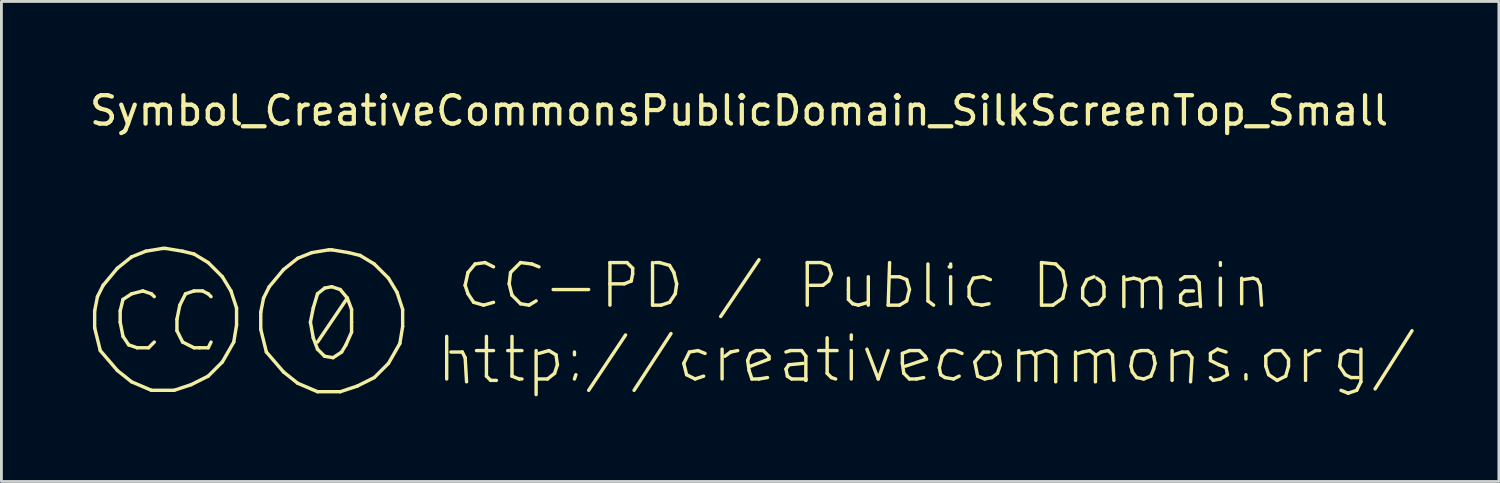
<source format=kicad_pcb>
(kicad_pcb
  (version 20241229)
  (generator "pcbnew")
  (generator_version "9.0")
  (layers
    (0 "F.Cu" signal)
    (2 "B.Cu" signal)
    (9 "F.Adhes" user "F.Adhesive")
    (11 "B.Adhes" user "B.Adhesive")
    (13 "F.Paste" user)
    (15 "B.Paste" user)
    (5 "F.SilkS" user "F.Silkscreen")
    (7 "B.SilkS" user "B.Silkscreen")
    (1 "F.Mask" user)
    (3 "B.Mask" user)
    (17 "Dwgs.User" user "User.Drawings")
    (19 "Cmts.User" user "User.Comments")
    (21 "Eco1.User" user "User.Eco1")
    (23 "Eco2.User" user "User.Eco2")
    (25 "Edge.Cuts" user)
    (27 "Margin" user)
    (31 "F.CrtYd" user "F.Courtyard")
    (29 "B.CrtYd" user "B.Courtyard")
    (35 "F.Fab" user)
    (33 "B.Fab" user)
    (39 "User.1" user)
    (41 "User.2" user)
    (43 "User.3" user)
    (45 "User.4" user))
  (footprint "Symbol_CreativeCommonsPublicDomain_SilkScreenTop_Small"
    (layer "F.Cu")
    (at 22.383 8.148)
    (property "Reference" "Symbol_CreativeCommonsPublicDomain_SilkScreenTop_Small" (at 0.599 -7.3 0) (layer "F.SilkS") (effects (font (size 1 1) (thickness 0.15))))
    (attr exclude_from_pos_files exclude_from_bom)
    (fp_line (start -22.099 -0.25) (end -22.099 0.35) (stroke (width 0.12) (type solid)) (layer "F.SilkS"))
    (fp_line (start -22.099 0.35) (end -21.901 1.15) (stroke (width 0.12) (type solid)) (layer "F.SilkS"))
    (fp_line (start -22 -0.75) (end -22.099 -0.25) (stroke (width 0.12) (type solid)) (layer "F.SilkS"))
    (fp_line (start -21.901 1.15) (end -21.299 1.851) (stroke (width 0.12) (type solid)) (layer "F.SilkS"))
    (fp_line (start -21.8 -1.149) (end -22 -0.75) (stroke (width 0.12) (type solid)) (layer "F.SilkS"))
    (fp_line (start -21.299 -1.751) (end -21.8 -1.149) (stroke (width 0.12) (type solid)) (layer "F.SilkS"))
    (fp_line (start -21.299 1.851) (end -20.799 2.25) (stroke (width 0.12) (type solid)) (layer "F.SilkS"))
    (fp_line (start -21.2 -0.25) (end -21.2 0.149) (stroke (width 0.12) (type solid)) (layer "F.SilkS"))
    (fp_line (start -21.2 0.149) (end -21.101 0.649) (stroke (width 0.12) (type solid)) (layer "F.SilkS"))
    (fp_line (start -21.101 -0.651) (end -21.2 -0.25) (stroke (width 0.12) (type solid)) (layer "F.SilkS"))
    (fp_line (start -21.101 0.649) (end -20.9 0.949) (stroke (width 0.12) (type solid)) (layer "F.SilkS"))
    (fp_line (start -20.9 0.949) (end -20.601 1.051) (stroke (width 0.12) (type solid)) (layer "F.SilkS"))
    (fp_line (start -20.799 -2.15) (end -21.299 -1.751) (stroke (width 0.12) (type solid)) (layer "F.SilkS"))
    (fp_line (start -20.799 -0.849) (end -21.101 -0.651) (stroke (width 0.12) (type solid)) (layer "F.SilkS"))
    (fp_line (start -20.799 2.25) (end -20.1 2.549) (stroke (width 0.12) (type solid)) (layer "F.SilkS"))
    (fp_line (start -20.601 1.051) (end -20.199 1.051) (stroke (width 0.12) (type solid)) (layer "F.SilkS"))
    (fp_line (start -20.4 -0.951) (end -20.799 -0.849) (stroke (width 0.12) (type solid)) (layer "F.SilkS"))
    (fp_line (start -20.301 -2.35) (end -20.799 -2.15) (stroke (width 0.12) (type solid)) (layer "F.SilkS"))
    (fp_line (start -20.199 1.051) (end -19.999 0.85) (stroke (width 0.12) (type solid)) (layer "F.SilkS"))
    (fp_line (start -20.1 -0.849) (end -20.4 -0.951) (stroke (width 0.12) (type solid)) (layer "F.SilkS"))
    (fp_line (start -20.1 2.549) (end -19.3 2.549) (stroke (width 0.12) (type solid)) (layer "F.SilkS"))
    (fp_line (start -19.999 -0.75) (end -20.1 -0.849) (stroke (width 0.12) (type solid)) (layer "F.SilkS"))
    (fp_line (start -19.699 -2.449) (end -20.301 -2.35) (stroke (width 0.12) (type solid)) (layer "F.SilkS"))
    (fp_line (start -19.6 -2.449) (end -19.699 -2.449) (stroke (width 0.12) (type solid)) (layer "F.SilkS"))
    (fp_line (start -19.3 2.549) (end -18.701 2.351) (stroke (width 0.12) (type solid)) (layer "F.SilkS"))
    (fp_line (start -19.201 0.05) (end -19.201 0.449) (stroke (width 0.12) (type solid)) (layer "F.SilkS"))
    (fp_line (start -19.201 0.449) (end -19.001 0.85) (stroke (width 0.12) (type solid)) (layer "F.SilkS"))
    (fp_line (start -19.1 -0.45) (end -19.201 0.05) (stroke (width 0.12) (type solid)) (layer "F.SilkS"))
    (fp_line (start -19.001 -2.35) (end -19.6 -2.449) (stroke (width 0.12) (type solid)) (layer "F.SilkS"))
    (fp_line (start -19.001 0.85) (end -18.599 1.051) (stroke (width 0.12) (type solid)) (layer "F.SilkS"))
    (fp_line (start -18.899 -0.849) (end -19.1 -0.45) (stroke (width 0.12) (type solid)) (layer "F.SilkS"))
    (fp_line (start -18.701 2.351) (end -18.099 2.049) (stroke (width 0.12) (type solid)) (layer "F.SilkS"))
    (fp_line (start -18.599 -2.251) (end -19.001 -2.35) (stroke (width 0.12) (type solid)) (layer "F.SilkS"))
    (fp_line (start -18.599 -0.951) (end -18.899 -0.849) (stroke (width 0.12) (type solid)) (layer "F.SilkS"))
    (fp_line (start -18.599 1.051) (end -18.401 1.051) (stroke (width 0.12) (type solid)) (layer "F.SilkS"))
    (fp_line (start -18.401 1.051) (end -18.099 1.051) (stroke (width 0.12) (type solid)) (layer "F.SilkS"))
    (fp_line (start -18.3 -0.951) (end -18.599 -0.951) (stroke (width 0.12) (type solid)) (layer "F.SilkS"))
    (fp_line (start -18.099 -1.949) (end -18.599 -2.251) (stroke (width 0.12) (type solid)) (layer "F.SilkS"))
    (fp_line (start -18.099 -0.849) (end -18.3 -0.951) (stroke (width 0.12) (type solid)) (layer "F.SilkS"))
    (fp_line (start -18.099 1.051) (end -18 0.85) (stroke (width 0.12) (type solid)) (layer "F.SilkS"))
    (fp_line (start -18.099 2.049) (end -17.601 1.551) (stroke (width 0.12) (type solid)) (layer "F.SilkS"))
    (fp_line (start -18 -0.75) (end -18.099 -0.849) (stroke (width 0.12) (type solid)) (layer "F.SilkS"))
    (fp_line (start -17.601 -1.451) (end -18.099 -1.949) (stroke (width 0.12) (type solid)) (layer "F.SilkS"))
    (fp_line (start -17.601 1.551) (end -17.2 0.85) (stroke (width 0.12) (type solid)) (layer "F.SilkS"))
    (fp_line (start -17.299 -0.951) (end -17.601 -1.451) (stroke (width 0.12) (type solid)) (layer "F.SilkS"))
    (fp_line (start -17.2 0.85) (end -17.101 0.251) (stroke (width 0.12) (type solid)) (layer "F.SilkS"))
    (fp_line (start -17.101 -0.349) (end -17.299 -0.951) (stroke (width 0.12) (type solid)) (layer "F.SilkS"))
    (fp_line (start -17.101 0.251) (end -17.101 -0.349) (stroke (width 0.12) (type solid)) (layer "F.SilkS"))
    (fp_line (start -16.249 -0.2) (end -16.249 0.4) (stroke (width 0.12) (type solid)) (layer "F.SilkS"))
    (fp_line (start -16.249 0.4) (end -16.051 1.2) (stroke (width 0.12) (type solid)) (layer "F.SilkS"))
    (fp_line (start -16.15 -0.7) (end -16.249 -0.2) (stroke (width 0.12) (type solid)) (layer "F.SilkS"))
    (fp_line (start -16.051 1.2) (end -15.449 1.901) (stroke (width 0.12) (type solid)) (layer "F.SilkS"))
    (fp_line (start -15.95 -1.099) (end -16.15 -0.7) (stroke (width 0.12) (type solid)) (layer "F.SilkS"))
    (fp_line (start -15.449 -1.701) (end -15.95 -1.099) (stroke (width 0.12) (type solid)) (layer "F.SilkS"))
    (fp_line (start -15.449 1.901) (end -14.949 2.3) (stroke (width 0.12) (type solid)) (layer "F.SilkS"))
    (fp_line (start -14.949 -2.1) (end -15.449 -1.701) (stroke (width 0.12) (type solid)) (layer "F.SilkS"))
    (fp_line (start -14.949 2.3) (end -14.25 2.599) (stroke (width 0.12) (type solid)) (layer "F.SilkS"))
    (fp_line (start -14.5 0.15) (end -14.4 -0.35) (stroke (width 0.12) (type solid)) (layer "F.SilkS"))
    (fp_line (start -14.451 -2.3) (end -14.949 -2.1) (stroke (width 0.12) (type solid)) (layer "F.SilkS"))
    (fp_line (start -14.4 -0.35) (end -14.25 -0.85) (stroke (width 0.12) (type solid)) (layer "F.SilkS"))
    (fp_line (start -14.4 0.7) (end -14.5 0.15) (stroke (width 0.12) (type solid)) (layer "F.SilkS"))
    (fp_line (start -14.25 2.599) (end -13.45 2.599) (stroke (width 0.12) (type solid)) (layer "F.SilkS"))
    (fp_line (start -14.25 -0.85) (end -14 -1.05) (stroke (width 0.12) (type solid)) (layer "F.SilkS"))
    (fp_line (start -14.25 1.1) (end -14.4 0.7) (stroke (width 0.12) (type solid)) (layer "F.SilkS"))
    (fp_line (start -14 -1.05) (end -13.75 -1.1) (stroke (width 0.12) (type solid)) (layer "F.SilkS"))
    (fp_line (start -14 1.35) (end -14.25 1.1) (stroke (width 0.12) (type solid)) (layer "F.SilkS"))
    (fp_line (start -13.849 -2.399) (end -14.451 -2.3) (stroke (width 0.12) (type solid)) (layer "F.SilkS"))
    (fp_line (start -13.75 -2.399) (end -13.849 -2.399) (stroke (width 0.12) (type solid)) (layer "F.SilkS"))
    (fp_line (start -13.75 -1.1) (end -13.45 -1) (stroke (width 0.12) (type solid)) (layer "F.SilkS"))
    (fp_line (start -13.7 1.4) (end -14 1.35) (stroke (width 0.12) (type solid)) (layer "F.SilkS"))
    (fp_line (start -13.45 2.599) (end -12.851 2.401) (stroke (width 0.12) (type solid)) (layer "F.SilkS"))
    (fp_line (start -13.45 -1) (end -13.2 -0.7) (stroke (width 0.12) (type solid)) (layer "F.SilkS"))
    (fp_line (start -13.4 1.2) (end -13.7 1.4) (stroke (width 0.12) (type solid)) (layer "F.SilkS"))
    (fp_line (start -13.25 0.95) (end -13.4 1.2) (stroke (width 0.12) (type solid)) (layer "F.SilkS"))
    (fp_line (start -13.2 -0.7) (end -14.25 0.85) (stroke (width 0.12) (type solid)) (layer "F.SilkS"))
    (fp_line (start -13.2 -0.7) (end -13.05 -0.3) (stroke (width 0.12) (type solid)) (layer "F.SilkS"))
    (fp_line (start -13.151 -2.3) (end -13.75 -2.399) (stroke (width 0.12) (type solid)) (layer "F.SilkS"))
    (fp_line (start -13.05 -0.3) (end -13.05 0.15) (stroke (width 0.12) (type solid)) (layer "F.SilkS"))
    (fp_line (start -13.05 0.15) (end -13.05 0.5) (stroke (width 0.12) (type solid)) (layer "F.SilkS"))
    (fp_line (start -13.05 0.5) (end -13.25 0.95) (stroke (width 0.12) (type solid)) (layer "F.SilkS"))
    (fp_line (start -12.851 2.401) (end -12.249 2.099) (stroke (width 0.12) (type solid)) (layer "F.SilkS"))
    (fp_line (start -12.749 -2.201) (end -13.151 -2.3) (stroke (width 0.12) (type solid)) (layer "F.SilkS"))
    (fp_line (start -12.249 -1.899) (end -12.749 -2.201) (stroke (width 0.12) (type solid)) (layer "F.SilkS"))
    (fp_line (start -12.249 2.099) (end -11.751 1.601) (stroke (width 0.12) (type solid)) (layer "F.SilkS"))
    (fp_line (start -11.751 -1.401) (end -12.249 -1.899) (stroke (width 0.12) (type solid)) (layer "F.SilkS"))
    (fp_line (start -11.751 1.601) (end -11.35 0.9) (stroke (width 0.12) (type solid)) (layer "F.SilkS"))
    (fp_line (start -11.449 -0.901) (end -11.751 -1.401) (stroke (width 0.12) (type solid)) (layer "F.SilkS"))
    (fp_line (start -11.35 0.9) (end -11.251 0.301) (stroke (width 0.12) (type solid)) (layer "F.SilkS"))
    (fp_line (start -11.251 -0.299) (end -11.449 -0.901) (stroke (width 0.12) (type solid)) (layer "F.SilkS"))
    (fp_line (start -11.251 0.301) (end -11.251 -0.299) (stroke (width 0.12) (type solid)) (layer "F.SilkS"))
    (fp_line (start -9.7 0.65) (end -9.7 2.15) (stroke (width 0.12) (type solid)) (layer "F.SilkS"))
    (fp_line (start -9.15 1.2) (end -9.55 1.2) (stroke (width 0.12) (type solid)) (layer "F.SilkS"))
    (fp_line (start -9.05 -1.15) (end -8.95 -0.85) (stroke (width 0.12) (type solid)) (layer "F.SilkS"))
    (fp_line (start -9.05 1.4) (end -9.15 1.2) (stroke (width 0.12) (type solid)) (layer "F.SilkS"))
    (fp_line (start -9 2.25) (end -9.05 1.4) (stroke (width 0.12) (type solid)) (layer "F.SilkS"))
    (fp_line (start -8.95 -1.6) (end -9.05 -1.15) (stroke (width 0.12) (type solid)) (layer "F.SilkS"))
    (fp_line (start -8.95 -0.85) (end -8.75 -0.55) (stroke (width 0.12) (type solid)) (layer "F.SilkS"))
    (fp_line (start -8.75 -0.55) (end -8.4 -0.45) (stroke (width 0.12) (type solid)) (layer "F.SilkS"))
    (fp_line (start -8.7 -1.9) (end -8.95 -1.6) (stroke (width 0.12) (type solid)) (layer "F.SilkS"))
    (fp_line (start -8.65 1.15) (end -8.05 1.15) (stroke (width 0.12) (type solid)) (layer "F.SilkS"))
    (fp_line (start -8.4 -0.45) (end -8.05 -0.55) (stroke (width 0.12) (type solid)) (layer "F.SilkS"))
    (fp_line (start -8.35 -1.95) (end -8.7 -1.9) (stroke (width 0.12) (type solid)) (layer "F.SilkS"))
    (fp_line (start -8.3 0.65) (end -8.3 2.05) (stroke (width 0.12) (type solid)) (layer "F.SilkS"))
    (fp_line (start -8.3 2.05) (end -8.15 2.2) (stroke (width 0.12) (type solid)) (layer "F.SilkS"))
    (fp_line (start -8.15 2.2) (end -7.95 2.2) (stroke (width 0.12) (type solid)) (layer "F.SilkS"))
    (fp_line (start -8.05 -1.8) (end -8.35 -1.95) (stroke (width 0.12) (type solid)) (layer "F.SilkS"))
    (fp_line (start -7.5 -1.2) (end -7.4 -0.8) (stroke (width 0.12) (type solid)) (layer "F.SilkS"))
    (fp_line (start -7.45 -1.6) (end -7.5 -1.2) (stroke (width 0.12) (type solid)) (layer "F.SilkS"))
    (fp_line (start -7.4 -0.8) (end -7.1 -0.5) (stroke (width 0.12) (type solid)) (layer "F.SilkS"))
    (fp_line (start -7.4 0.65) (end -7.4 2.05) (stroke (width 0.12) (type solid)) (layer "F.SilkS"))
    (fp_line (start -7.4 2.05) (end -7.15 2.15) (stroke (width 0.12) (type solid)) (layer "F.SilkS"))
    (fp_line (start -7.15 2.15) (end -7.05 2.15) (stroke (width 0.12) (type solid)) (layer "F.SilkS"))
    (fp_line (start -7.1 -1.95) (end -7.45 -1.6) (stroke (width 0.12) (type solid)) (layer "F.SilkS"))
    (fp_line (start -7.1 -0.5) (end -6.8 -0.45) (stroke (width 0.12) (type solid)) (layer "F.SilkS"))
    (fp_line (start -7.05 1.15) (end -7.55 1.15) (stroke (width 0.12) (type solid)) (layer "F.SilkS"))
    (fp_line (start -6.8 -0.45) (end -6.55 -0.6) (stroke (width 0.12) (type solid)) (layer "F.SilkS"))
    (fp_line (start -6.7 -1.9) (end -7.1 -1.95) (stroke (width 0.12) (type solid)) (layer "F.SilkS"))
    (fp_line (start -6.55 2.7) (end -6.55 1.15) (stroke (width 0.12) (type solid)) (layer "F.SilkS"))
    (fp_line (start -6.5 2.15) (end -6.15 2.15) (stroke (width 0.12) (type solid)) (layer "F.SilkS"))
    (fp_line (start -6.45 -1.8) (end -6.7 -1.9) (stroke (width 0.12) (type solid)) (layer "F.SilkS"))
    (fp_line (start -6.15 2.15) (end -5.9 1.95) (stroke (width 0.12) (type solid)) (layer "F.SilkS"))
    (fp_line (start -6.1 1.15) (end -6.45 1.25) (stroke (width 0.12) (type solid)) (layer "F.SilkS"))
    (fp_line (start -5.95 -1) (end -4.7 -1) (stroke (width 0.12) (type solid)) (layer "F.SilkS"))
    (fp_line (start -5.9 1.95) (end -5.8 1.65) (stroke (width 0.12) (type solid)) (layer "F.SilkS"))
    (fp_line (start -5.85 1.3) (end -6.1 1.15) (stroke (width 0.12) (type solid)) (layer "F.SilkS"))
    (fp_line (start -5.8 1.65) (end -5.85 1.3) (stroke (width 0.12) (type solid)) (layer "F.SilkS"))
    (fp_line (start -5.2 1.2) (end -5.2 1.3) (stroke (width 0.12) (type solid)) (layer "F.SilkS"))
    (fp_line (start -5.15 2) (end -5.2 2.15) (stroke (width 0.12) (type solid)) (layer "F.SilkS"))
    (fp_line (start -4.7 2.55) (end -3.4 0.6) (stroke (width 0.12) (type solid)) (layer "F.SilkS"))
    (fp_line (start -3.95 -1.95) (end -3.35 -1.95) (stroke (width 0.12) (type solid)) (layer "F.SilkS"))
    (fp_line (start -3.95 -0.45) (end -3.95 -1.95) (stroke (width 0.12) (type solid)) (layer "F.SilkS"))
    (fp_line (start -3.45 -1.2) (end -3.95 -1.2) (stroke (width 0.12) (type solid)) (layer "F.SilkS"))
    (fp_line (start -3.35 -1.95) (end -3.15 -1.75) (stroke (width 0.12) (type solid)) (layer "F.SilkS"))
    (fp_line (start -3.2 -1.3) (end -3.45 -1.2) (stroke (width 0.12) (type solid)) (layer "F.SilkS"))
    (fp_line (start -3.15 -1.75) (end -3.15 -1.55) (stroke (width 0.12) (type solid)) (layer "F.SilkS"))
    (fp_line (start -3.15 -1.55) (end -3.2 -1.3) (stroke (width 0.12) (type solid)) (layer "F.SilkS"))
    (fp_line (start -3.1 2.55) (end -1.8 0.55) (stroke (width 0.12) (type solid)) (layer "F.SilkS"))
    (fp_line (start -2.45 -1.95) (end -2.45 -0.45) (stroke (width 0.12) (type solid)) (layer "F.SilkS"))
    (fp_line (start -2.45 -0.45) (end -2.15 -0.45) (stroke (width 0.12) (type solid)) (layer "F.SilkS"))
    (fp_line (start -2.2 -1.95) (end -2.35 -1.95) (stroke (width 0.12) (type solid)) (layer "F.SilkS"))
    (fp_line (start -2.15 -0.45) (end -1.85 -0.55) (stroke (width 0.12) (type solid)) (layer "F.SilkS"))
    (fp_line (start -1.85 -1.85) (end -2.2 -1.95) (stroke (width 0.12) (type solid)) (layer "F.SilkS"))
    (fp_line (start -1.85 -0.55) (end -1.65 -0.85) (stroke (width 0.12) (type solid)) (layer "F.SilkS"))
    (fp_line (start -1.7 -1.6) (end -1.85 -1.85) (stroke (width 0.12) (type solid)) (layer "F.SilkS"))
    (fp_line (start -1.65 -0.85) (end -1.6 -1.2) (stroke (width 0.12) (type solid)) (layer "F.SilkS"))
    (fp_line (start -1.6 -1.2) (end -1.7 -1.6) (stroke (width 0.12) (type solid)) (layer "F.SilkS"))
    (fp_line (start -1.35 1.6) (end -1.25 2) (stroke (width 0.12) (type solid)) (layer "F.SilkS"))
    (fp_line (start -1.25 2) (end -0.95 2.15) (stroke (width 0.12) (type solid)) (layer "F.SilkS"))
    (fp_line (start -1.15 1.2) (end -1.35 1.6) (stroke (width 0.12) (type solid)) (layer "F.SilkS"))
    (fp_line (start -0.95 2.15) (end -0.65 2.05) (stroke (width 0.12) (type solid)) (layer "F.SilkS"))
    (fp_line (start -0.85 1.15) (end -1.15 1.2) (stroke (width 0.12) (type solid)) (layer "F.SilkS"))
    (fp_line (start -0.6 1.25) (end -0.85 1.15) (stroke (width 0.12) (type solid)) (layer "F.SilkS"))
    (fp_line (start -0.05 -0.05) (end 1.3 -2.05) (stroke (width 0.12) (type solid)) (layer "F.SilkS"))
    (fp_line (start 0 2.15) (end 0 1.1) (stroke (width 0.12) (type solid)) (layer "F.SilkS"))
    (fp_line (start 0.3 1.2) (end 0.1 1.35) (stroke (width 0.12) (type solid)) (layer "F.SilkS"))
    (fp_line (start 0.55 1.15) (end 0.3 1.2) (stroke (width 0.12) (type solid)) (layer "F.SilkS"))
    (fp_line (start 0.9 1.5) (end 1 1.25) (stroke (width 0.12) (type solid)) (layer "F.SilkS"))
    (fp_line (start 0.95 1.85) (end 0.9 1.5) (stroke (width 0.12) (type solid)) (layer "F.SilkS"))
    (fp_line (start 1 1.25) (end 1.2 1.15) (stroke (width 0.12) (type solid)) (layer "F.SilkS"))
    (fp_line (start 1.05 2.15) (end 0.95 1.85) (stroke (width 0.12) (type solid)) (layer "F.SilkS"))
    (fp_line (start 1.2 1.15) (end 1.45 1.15) (stroke (width 0.12) (type solid)) (layer "F.SilkS"))
    (fp_line (start 1.3 2.15) (end 1.05 2.15) (stroke (width 0.12) (type solid)) (layer "F.SilkS"))
    (fp_line (start 1.45 1.15) (end 1.65 1.35) (stroke (width 0.12) (type solid)) (layer "F.SilkS"))
    (fp_line (start 1.6 2.1) (end 1.3 2.15) (stroke (width 0.12) (type solid)) (layer "F.SilkS"))
    (fp_line (start 1.65 1.35) (end 1.65 1.45) (stroke (width 0.12) (type solid)) (layer "F.SilkS"))
    (fp_line (start 1.65 1.45) (end 1 1.7) (stroke (width 0.12) (type solid)) (layer "F.SilkS"))
    (fp_line (start 2.25 1.2) (end 2.4 1.15) (stroke (width 0.12) (type solid)) (layer "F.SilkS"))
    (fp_line (start 2.25 1.8) (end 2.35 1.65) (stroke (width 0.12) (type solid)) (layer "F.SilkS"))
    (fp_line (start 2.3 2.05) (end 2.25 1.8) (stroke (width 0.12) (type solid)) (layer "F.SilkS"))
    (fp_line (start 2.35 1.65) (end 2.85 1.6) (stroke (width 0.12) (type solid)) (layer "F.SilkS"))
    (fp_line (start 2.4 1.15) (end 2.8 1.15) (stroke (width 0.12) (type solid)) (layer "F.SilkS"))
    (fp_line (start 2.45 2.15) (end 2.3 2.05) (stroke (width 0.12) (type solid)) (layer "F.SilkS"))
    (fp_line (start 2.8 1.15) (end 2.95 1.35) (stroke (width 0.12) (type solid)) (layer "F.SilkS"))
    (fp_line (start 2.95 1.35) (end 2.95 2.2) (stroke (width 0.12) (type solid)) (layer "F.SilkS"))
    (fp_line (start 2.95 2.15) (end 2.45 2.15) (stroke (width 0.12) (type solid)) (layer "F.SilkS"))
    (fp_line (start 2.95 2.2) (end 2.95 2.15) (stroke (width 0.12) (type solid)) (layer "F.SilkS"))
    (fp_line (start 3 -1.95) (end 3.5 -1.95) (stroke (width 0.12) (type solid)) (layer "F.SilkS"))
    (fp_line (start 3 -0.45) (end 3 -1.95) (stroke (width 0.12) (type solid)) (layer "F.SilkS"))
    (fp_line (start 3.4 1.15) (end 4.05 1.15) (stroke (width 0.12) (type solid)) (layer "F.SilkS"))
    (fp_line (start 3.5 -1.95) (end 3.75 -1.85) (stroke (width 0.12) (type solid)) (layer "F.SilkS"))
    (fp_line (start 3.55 -1.15) (end 3.1 -1.15) (stroke (width 0.12) (type solid)) (layer "F.SilkS"))
    (fp_line (start 3.7 0.7) (end 3.7 1.95) (stroke (width 0.12) (type solid)) (layer "F.SilkS"))
    (fp_line (start 3.7 1.95) (end 3.85 2.1) (stroke (width 0.12) (type solid)) (layer "F.SilkS"))
    (fp_line (start 3.75 -1.85) (end 3.85 -1.55) (stroke (width 0.12) (type solid)) (layer "F.SilkS"))
    (fp_line (start 3.75 -1.3) (end 3.55 -1.15) (stroke (width 0.12) (type solid)) (layer "F.SilkS"))
    (fp_line (start 3.85 -1.55) (end 3.75 -1.3) (stroke (width 0.12) (type solid)) (layer "F.SilkS"))
    (fp_line (start 3.85 2.1) (end 4 2.15) (stroke (width 0.12) (type solid)) (layer "F.SilkS"))
    (fp_line (start 4.45 -1.4) (end 4.45 -1) (stroke (width 0.12) (type solid)) (layer "F.SilkS"))
    (fp_line (start 4.45 -1) (end 4.45 -0.65) (stroke (width 0.12) (type solid)) (layer "F.SilkS"))
    (fp_line (start 4.45 -0.65) (end 4.6 -0.5) (stroke (width 0.12) (type solid)) (layer "F.SilkS"))
    (fp_line (start 4.55 0.6) (end 4.55 0.75) (stroke (width 0.12) (type solid)) (layer "F.SilkS"))
    (fp_line (start 4.55 1.15) (end 4.55 2.15) (stroke (width 0.12) (type solid)) (layer "F.SilkS"))
    (fp_line (start 4.6 -0.5) (end 4.8 -0.45) (stroke (width 0.12) (type solid)) (layer "F.SilkS"))
    (fp_line (start 4.8 -0.45) (end 5.15 -0.55) (stroke (width 0.12) (type solid)) (layer "F.SilkS"))
    (fp_line (start 5.1 1.1) (end 5.5 2.15) (stroke (width 0.12) (type solid)) (layer "F.SilkS"))
    (fp_line (start 5.15 -1.45) (end 5.15 -0.45) (stroke (width 0.12) (type solid)) (layer "F.SilkS"))
    (fp_line (start 5.5 2.15) (end 5.85 1.15) (stroke (width 0.12) (type solid)) (layer "F.SilkS"))
    (fp_line (start 5.85 -0.45) (end 6.25 -0.45) (stroke (width 0.12) (type solid)) (layer "F.SilkS"))
    (fp_line (start 5.9 -1.95) (end 5.85 -0.45) (stroke (width 0.12) (type solid)) (layer "F.SilkS"))
    (fp_line (start 6.25 -1.45) (end 5.95 -1.45) (stroke (width 0.12) (type solid)) (layer "F.SilkS"))
    (fp_line (start 6.25 -0.45) (end 6.5 -0.6) (stroke (width 0.12) (type solid)) (layer "F.SilkS"))
    (fp_line (start 6.35 1.25) (end 6.6 1.15) (stroke (width 0.12) (type solid)) (layer "F.SilkS"))
    (fp_line (start 6.35 1.6) (end 6.35 1.25) (stroke (width 0.12) (type solid)) (layer "F.SilkS"))
    (fp_line (start 6.4 1.95) (end 6.35 1.6) (stroke (width 0.12) (type solid)) (layer "F.SilkS"))
    (fp_line (start 6.5 -1.35) (end 6.25 -1.45) (stroke (width 0.12) (type solid)) (layer "F.SilkS"))
    (fp_line (start 6.5 -0.6) (end 6.6 -1) (stroke (width 0.12) (type solid)) (layer "F.SilkS"))
    (fp_line (start 6.6 -1) (end 6.5 -1.35) (stroke (width 0.12) (type solid)) (layer "F.SilkS"))
    (fp_line (start 6.6 1.15) (end 6.95 1.15) (stroke (width 0.12) (type solid)) (layer "F.SilkS"))
    (fp_line (start 6.6 2.15) (end 6.4 1.95) (stroke (width 0.12) (type solid)) (layer "F.SilkS"))
    (fp_line (start 6.85 2.15) (end 6.6 2.15) (stroke (width 0.12) (type solid)) (layer "F.SilkS"))
    (fp_line (start 6.95 1.15) (end 7.15 1.35) (stroke (width 0.12) (type solid)) (layer "F.SilkS"))
    (fp_line (start 7.1 2.1) (end 6.85 2.15) (stroke (width 0.12) (type solid)) (layer "F.SilkS"))
    (fp_line (start 7.15 1.35) (end 7.2 1.45) (stroke (width 0.12) (type solid)) (layer "F.SilkS"))
    (fp_line (start 7.2 1.45) (end 6.45 1.7) (stroke (width 0.12) (type solid)) (layer "F.SilkS"))
    (fp_line (start 7.25 -1.9) (end 7.25 -0.6) (stroke (width 0.12) (type solid)) (layer "F.SilkS"))
    (fp_line (start 7.25 -0.6) (end 7.45 -0.45) (stroke (width 0.12) (type solid)) (layer "F.SilkS"))
    (fp_line (start 7.65 1.75) (end 7.7 2) (stroke (width 0.12) (type solid)) (layer "F.SilkS"))
    (fp_line (start 7.7 2) (end 7.85 2.1) (stroke (width 0.12) (type solid)) (layer "F.SilkS"))
    (fp_line (start 7.75 1.35) (end 7.65 1.75) (stroke (width 0.12) (type solid)) (layer "F.SilkS"))
    (fp_line (start 7.85 2.1) (end 8.15 2.15) (stroke (width 0.12) (type solid)) (layer "F.SilkS"))
    (fp_line (start 7.95 1.15) (end 7.75 1.35) (stroke (width 0.12) (type solid)) (layer "F.SilkS"))
    (fp_line (start 8.05 -1.9) (end 8.05 -1.8) (stroke (width 0.12) (type solid)) (layer "F.SilkS"))
    (fp_line (start 8.05 -1.8) (end 8 -1.8) (stroke (width 0.12) (type solid)) (layer "F.SilkS"))
    (fp_line (start 8.05 -1.45) (end 8.05 -0.5) (stroke (width 0.12) (type solid)) (layer "F.SilkS"))
    (fp_line (start 8.15 2.15) (end 8.35 2.05) (stroke (width 0.12) (type solid)) (layer "F.SilkS"))
    (fp_line (start 8.2 1.15) (end 7.95 1.15) (stroke (width 0.12) (type solid)) (layer "F.SilkS"))
    (fp_line (start 8.45 1.25) (end 8.2 1.15) (stroke (width 0.12) (type solid)) (layer "F.SilkS"))
    (fp_line (start 8.7 -1.1) (end 8.7 -0.75) (stroke (width 0.12) (type solid)) (layer "F.SilkS"))
    (fp_line (start 8.7 -0.75) (end 8.85 -0.5) (stroke (width 0.12) (type solid)) (layer "F.SilkS"))
    (fp_line (start 8.85 -1.4) (end 8.7 -1.1) (stroke (width 0.12) (type solid)) (layer "F.SilkS"))
    (fp_line (start 8.85 -0.5) (end 9.15 -0.45) (stroke (width 0.12) (type solid)) (layer "F.SilkS"))
    (fp_line (start 8.9 1.55) (end 9 2.05) (stroke (width 0.12) (type solid)) (layer "F.SilkS"))
    (fp_line (start 9 2.05) (end 9.25 2.15) (stroke (width 0.12) (type solid)) (layer "F.SilkS"))
    (fp_line (start 9.15 -0.45) (end 9.4 -0.5) (stroke (width 0.12) (type solid)) (layer "F.SilkS"))
    (fp_line (start 9.2 -1.45) (end 8.85 -1.4) (stroke (width 0.12) (type solid)) (layer "F.SilkS"))
    (fp_line (start 9.2 1.2) (end 8.9 1.55) (stroke (width 0.12) (type solid)) (layer "F.SilkS"))
    (fp_line (start 9.25 2.15) (end 9.5 2.1) (stroke (width 0.12) (type solid)) (layer "F.SilkS"))
    (fp_line (start 9.4 1.2) (end 9.2 1.2) (stroke (width 0.12) (type solid)) (layer "F.SilkS"))
    (fp_line (start 9.45 -1.35) (end 9.2 -1.45) (stroke (width 0.12) (type solid)) (layer "F.SilkS"))
    (fp_line (start 9.5 2.1) (end 9.7 1.95) (stroke (width 0.12) (type solid)) (layer "F.SilkS"))
    (fp_line (start 9.7 1.95) (end 9.8 1.65) (stroke (width 0.12) (type solid)) (layer "F.SilkS"))
    (fp_line (start 9.75 1.35) (end 9.55 1.2) (stroke (width 0.12) (type solid)) (layer "F.SilkS"))
    (fp_line (start 9.8 1.65) (end 9.75 1.35) (stroke (width 0.12) (type solid)) (layer "F.SilkS"))
    (fp_line (start 10.45 2.2) (end 10.45 1.15) (stroke (width 0.12) (type solid)) (layer "F.SilkS"))
    (fp_line (start 10.9 1.2) (end 10.5 1.25) (stroke (width 0.12) (type solid)) (layer "F.SilkS"))
    (fp_line (start 11.05 1.35) (end 10.9 1.2) (stroke (width 0.12) (type solid)) (layer "F.SilkS"))
    (fp_line (start 11.05 2.2) (end 11.05 1.35) (stroke (width 0.12) (type solid)) (layer "F.SilkS"))
    (fp_line (start 11.25 -1.95) (end 11.25 -0.45) (stroke (width 0.12) (type solid)) (layer "F.SilkS"))
    (fp_line (start 11.25 -0.45) (end 11.65 -0.45) (stroke (width 0.12) (type solid)) (layer "F.SilkS"))
    (fp_line (start 11.4 1.15) (end 11.1 1.25) (stroke (width 0.12) (type solid)) (layer "F.SilkS"))
    (fp_line (start 11.6 1.2) (end 11.4 1.15) (stroke (width 0.12) (type solid)) (layer "F.SilkS"))
    (fp_line (start 11.65 -0.45) (end 12 -0.7) (stroke (width 0.12) (type solid)) (layer "F.SilkS"))
    (fp_line (start 11.75 -1.9) (end 11.25 -1.95) (stroke (width 0.12) (type solid)) (layer "F.SilkS"))
    (fp_line (start 11.75 1.35) (end 11.6 1.2) (stroke (width 0.12) (type solid)) (layer "F.SilkS"))
    (fp_line (start 11.75 2.25) (end 11.75 1.35) (stroke (width 0.12) (type solid)) (layer "F.SilkS"))
    (fp_line (start 12 -1.65) (end 11.75 -1.9) (stroke (width 0.12) (type solid)) (layer "F.SilkS"))
    (fp_line (start 12 -0.7) (end 12.1 -1.15) (stroke (width 0.12) (type solid)) (layer "F.SilkS"))
    (fp_line (start 12.1 -1.15) (end 12 -1.65) (stroke (width 0.12) (type solid)) (layer "F.SilkS"))
    (fp_line (start 12.45 2.2) (end 12.45 1.2) (stroke (width 0.12) (type solid)) (layer "F.SilkS"))
    (fp_line (start 12.7 -1.05) (end 12.7 -0.7) (stroke (width 0.12) (type solid)) (layer "F.SilkS"))
    (fp_line (start 12.7 -0.7) (end 12.95 -0.45) (stroke (width 0.12) (type solid)) (layer "F.SilkS"))
    (fp_line (start 12.7 1.2) (end 12.55 1.25) (stroke (width 0.12) (type solid)) (layer "F.SilkS"))
    (fp_line (start 12.85 -1.35) (end 12.7 -1.05) (stroke (width 0.12) (type solid)) (layer "F.SilkS"))
    (fp_line (start 12.95 -0.45) (end 13.25 -0.5) (stroke (width 0.12) (type solid)) (layer "F.SilkS"))
    (fp_line (start 12.95 1.15) (end 12.7 1.2) (stroke (width 0.12) (type solid)) (layer "F.SilkS"))
    (fp_line (start 13.1 -1.45) (end 12.85 -1.35) (stroke (width 0.12) (type solid)) (layer "F.SilkS"))
    (fp_line (start 13.15 1.3) (end 12.95 1.15) (stroke (width 0.12) (type solid)) (layer "F.SilkS"))
    (fp_line (start 13.15 2.25) (end 13.15 1.3) (stroke (width 0.12) (type solid)) (layer "F.SilkS"))
    (fp_line (start 13.25 -0.5) (end 13.45 -0.75) (stroke (width 0.12) (type solid)) (layer "F.SilkS"))
    (fp_line (start 13.35 1.2) (end 13.2 1.3) (stroke (width 0.12) (type solid)) (layer "F.SilkS"))
    (fp_line (start 13.4 -1.25) (end 13.2 -1.4) (stroke (width 0.12) (type solid)) (layer "F.SilkS"))
    (fp_line (start 13.45 -1.1) (end 13.4 -1.25) (stroke (width 0.12) (type solid)) (layer "F.SilkS"))
    (fp_line (start 13.45 -0.75) (end 13.45 -1.1) (stroke (width 0.12) (type solid)) (layer "F.SilkS"))
    (fp_line (start 13.6 1.15) (end 13.35 1.2) (stroke (width 0.12) (type solid)) (layer "F.SilkS"))
    (fp_line (start 13.75 1.3) (end 13.6 1.15) (stroke (width 0.12) (type solid)) (layer "F.SilkS"))
    (fp_line (start 13.8 2.2) (end 13.75 1.3) (stroke (width 0.12) (type solid)) (layer "F.SilkS"))
    (fp_line (start 14.15 -0.4) (end 14.15 -1.45) (stroke (width 0.12) (type solid)) (layer "F.SilkS"))
    (fp_line (start 14.4 1.7) (end 14.45 1.9) (stroke (width 0.12) (type solid)) (layer "F.SilkS"))
    (fp_line (start 14.45 1.4) (end 14.4 1.7) (stroke (width 0.12) (type solid)) (layer "F.SilkS"))
    (fp_line (start 14.45 1.9) (end 14.6 2.1) (stroke (width 0.12) (type solid)) (layer "F.SilkS"))
    (fp_line (start 14.5 -1.4) (end 14.25 -1.35) (stroke (width 0.12) (type solid)) (layer "F.SilkS"))
    (fp_line (start 14.55 1.2) (end 14.45 1.4) (stroke (width 0.12) (type solid)) (layer "F.SilkS"))
    (fp_line (start 14.6 2.1) (end 14.85 2.15) (stroke (width 0.12) (type solid)) (layer "F.SilkS"))
    (fp_line (start 14.7 -1.35) (end 14.5 -1.4) (stroke (width 0.12) (type solid)) (layer "F.SilkS"))
    (fp_line (start 14.75 1.15) (end 14.55 1.2) (stroke (width 0.12) (type solid)) (layer "F.SilkS"))
    (fp_line (start 14.8 -1.25) (end 14.7 -1.35) (stroke (width 0.12) (type solid)) (layer "F.SilkS"))
    (fp_line (start 14.8 -0.4) (end 14.8 -1.25) (stroke (width 0.12) (type solid)) (layer "F.SilkS"))
    (fp_line (start 14.85 2.15) (end 15.1 2.05) (stroke (width 0.12) (type solid)) (layer "F.SilkS"))
    (fp_line (start 15 1.15) (end 14.75 1.15) (stroke (width 0.12) (type solid)) (layer "F.SilkS"))
    (fp_line (start 15.05 -1.4) (end 14.85 -1.3) (stroke (width 0.12) (type solid)) (layer "F.SilkS"))
    (fp_line (start 15.1 2.05) (end 15.2 1.8) (stroke (width 0.12) (type solid)) (layer "F.SilkS"))
    (fp_line (start 15.15 1.25) (end 15 1.15) (stroke (width 0.12) (type solid)) (layer "F.SilkS"))
    (fp_line (start 15.2 1.8) (end 15.25 1.6) (stroke (width 0.12) (type solid)) (layer "F.SilkS"))
    (fp_line (start 15.25 1.6) (end 15.2 1.35) (stroke (width 0.12) (type solid)) (layer "F.SilkS"))
    (fp_line (start 15.3 -1.4) (end 15.05 -1.4) (stroke (width 0.12) (type solid)) (layer "F.SilkS"))
    (fp_line (start 15.4 -1.3) (end 15.3 -1.4) (stroke (width 0.12) (type solid)) (layer "F.SilkS"))
    (fp_line (start 15.45 -1.1) (end 15.4 -1.3) (stroke (width 0.12) (type solid)) (layer "F.SilkS"))
    (fp_line (start 15.45 -0.35) (end 15.45 -1.1) (stroke (width 0.12) (type solid)) (layer "F.SilkS"))
    (fp_line (start 15.85 2.2) (end 15.85 1.15) (stroke (width 0.12) (type solid)) (layer "F.SilkS"))
    (fp_line (start 16.15 -1.35) (end 16.3 -1.45) (stroke (width 0.12) (type solid)) (layer "F.SilkS"))
    (fp_line (start 16.15 -0.8) (end 16.15 -0.55) (stroke (width 0.12) (type solid)) (layer "F.SilkS"))
    (fp_line (start 16.15 -0.55) (end 16.35 -0.45) (stroke (width 0.12) (type solid)) (layer "F.SilkS"))
    (fp_line (start 16.2 1.2) (end 15.9 1.3) (stroke (width 0.12) (type solid)) (layer "F.SilkS"))
    (fp_line (start 16.3 -1.45) (end 16.65 -1.45) (stroke (width 0.12) (type solid)) (layer "F.SilkS"))
    (fp_line (start 16.3 -0.95) (end 16.15 -0.8) (stroke (width 0.12) (type solid)) (layer "F.SilkS"))
    (fp_line (start 16.35 -0.45) (end 16.75 -0.5) (stroke (width 0.12) (type solid)) (layer "F.SilkS"))
    (fp_line (start 16.4 1.2) (end 16.2 1.2) (stroke (width 0.12) (type solid)) (layer "F.SilkS"))
    (fp_line (start 16.5 2.25) (end 16.55 1.4) (stroke (width 0.12) (type solid)) (layer "F.SilkS"))
    (fp_line (start 16.55 1.4) (end 16.4 1.2) (stroke (width 0.12) (type solid)) (layer "F.SilkS"))
    (fp_line (start 16.6 -0.95) (end 16.3 -0.95) (stroke (width 0.12) (type solid)) (layer "F.SilkS"))
    (fp_line (start 16.65 -1.45) (end 16.8 -1.25) (stroke (width 0.12) (type solid)) (layer "F.SilkS"))
    (fp_line (start 16.8 -1.25) (end 16.85 -0.4) (stroke (width 0.12) (type solid)) (layer "F.SilkS"))
    (fp_line (start 17.2 1.25) (end 17.2 1.5) (stroke (width 0.12) (type solid)) (layer "F.SilkS"))
    (fp_line (start 17.2 1.5) (end 17.5 1.65) (stroke (width 0.12) (type solid)) (layer "F.SilkS"))
    (fp_line (start 17.3 2.2) (end 17.2 2.1) (stroke (width 0.12) (type solid)) (layer "F.SilkS"))
    (fp_line (start 17.45 1.1) (end 17.2 1.25) (stroke (width 0.12) (type solid)) (layer "F.SilkS"))
    (fp_line (start 17.5 1.65) (end 17.75 1.75) (stroke (width 0.12) (type solid)) (layer "F.SilkS"))
    (fp_line (start 17.55 -1.95) (end 17.55 -1.85) (stroke (width 0.12) (type solid)) (layer "F.SilkS"))
    (fp_line (start 17.55 -1.4) (end 17.55 -0.45) (stroke (width 0.12) (type solid)) (layer "F.SilkS"))
    (fp_line (start 17.55 2.15) (end 17.3 2.2) (stroke (width 0.12) (type solid)) (layer "F.SilkS"))
    (fp_line (start 17.75 1.2) (end 17.45 1.1) (stroke (width 0.12) (type solid)) (layer "F.SilkS"))
    (fp_line (start 17.75 1.75) (end 17.8 2) (stroke (width 0.12) (type solid)) (layer "F.SilkS"))
    (fp_line (start 17.8 2) (end 17.55 2.15) (stroke (width 0.12) (type solid)) (layer "F.SilkS"))
    (fp_line (start 18.3 -1.4) (end 18.3 -0.5) (stroke (width 0.12) (type solid)) (layer "F.SilkS"))
    (fp_line (start 18.45 2) (end 18.45 2.15) (stroke (width 0.12) (type solid)) (layer "F.SilkS"))
    (fp_line (start 18.7 -1.4) (end 18.35 -1.35) (stroke (width 0.12) (type solid)) (layer "F.SilkS"))
    (fp_line (start 18.85 -1.35) (end 18.7 -1.4) (stroke (width 0.12) (type solid)) (layer "F.SilkS"))
    (fp_line (start 18.95 -1.15) (end 18.85 -1.35) (stroke (width 0.12) (type solid)) (layer "F.SilkS"))
    (fp_line (start 19 -0.45) (end 18.95 -1.15) (stroke (width 0.12) (type solid)) (layer "F.SilkS"))
    (fp_line (start 19.15 1.35) (end 19.15 1.7) (stroke (width 0.12) (type solid)) (layer "F.SilkS"))
    (fp_line (start 19.15 1.7) (end 19.25 2) (stroke (width 0.12) (type solid)) (layer "F.SilkS"))
    (fp_line (start 19.25 2) (end 19.55 2.2) (stroke (width 0.12) (type solid)) (layer "F.SilkS"))
    (fp_line (start 19.4 1.15) (end 19.15 1.35) (stroke (width 0.12) (type solid)) (layer "F.SilkS"))
    (fp_line (start 19.55 2.2) (end 19.85 2.05) (stroke (width 0.12) (type solid)) (layer "F.SilkS"))
    (fp_line (start 19.7 1.15) (end 19.4 1.15) (stroke (width 0.12) (type solid)) (layer "F.SilkS"))
    (fp_line (start 19.85 2.05) (end 19.95 1.7) (stroke (width 0.12) (type solid)) (layer "F.SilkS"))
    (fp_line (start 19.95 1.45) (end 19.75 1.2) (stroke (width 0.12) (type solid)) (layer "F.SilkS"))
    (fp_line (start 19.95 1.7) (end 19.95 1.45) (stroke (width 0.12) (type solid)) (layer "F.SilkS"))
    (fp_line (start 20.55 1.15) (end 20.55 2.2) (stroke (width 0.12) (type solid)) (layer "F.SilkS"))
    (fp_line (start 20.9 1.15) (end 20.65 1.3) (stroke (width 0.12) (type solid)) (layer "F.SilkS"))
    (fp_line (start 21.05 1.15) (end 20.9 1.15) (stroke (width 0.12) (type solid)) (layer "F.SilkS"))
    (fp_line (start 21.75 1.7) (end 21.95 2) (stroke (width 0.12) (type solid)) (layer "F.SilkS"))
    (fp_line (start 21.8 1.3) (end 21.75 1.7) (stroke (width 0.12) (type solid)) (layer "F.SilkS"))
    (fp_line (start 21.8 2.55) (end 22.05 2.65) (stroke (width 0.12) (type solid)) (layer "F.SilkS"))
    (fp_line (start 21.95 2) (end 22.15 2.1) (stroke (width 0.12) (type solid)) (layer "F.SilkS"))
    (fp_line (start 22.05 1.15) (end 21.8 1.3) (stroke (width 0.12) (type solid)) (layer "F.SilkS"))
    (fp_line (start 22.05 2.65) (end 22.35 2.55) (stroke (width 0.12) (type solid)) (layer "F.SilkS"))
    (fp_line (start 22.15 2.1) (end 22.4 2.1) (stroke (width 0.12) (type solid)) (layer "F.SilkS"))
    (fp_line (start 22.35 2.55) (end 22.5 2.25) (stroke (width 0.12) (type solid)) (layer "F.SilkS"))
    (fp_line (start 22.4 1.2) (end 22.05 1.15) (stroke (width 0.12) (type solid)) (layer "F.SilkS"))
    (fp_line (start 22.5 2.25) (end 22.5 1.1) (stroke (width 0.12) (type solid)) (layer "F.SilkS"))
    (fp_line (start 23 2.5) (end 24.3 0.45) (stroke (width 0.12) (type solid)) (layer "F.SilkS")))
  (gr_rect
    (start -3 -3)
    (end 49.743 13.908)
    (stroke (width 0.1) (type default))
    (fill no)
    (layer "Edge.Cuts")))
</source>
